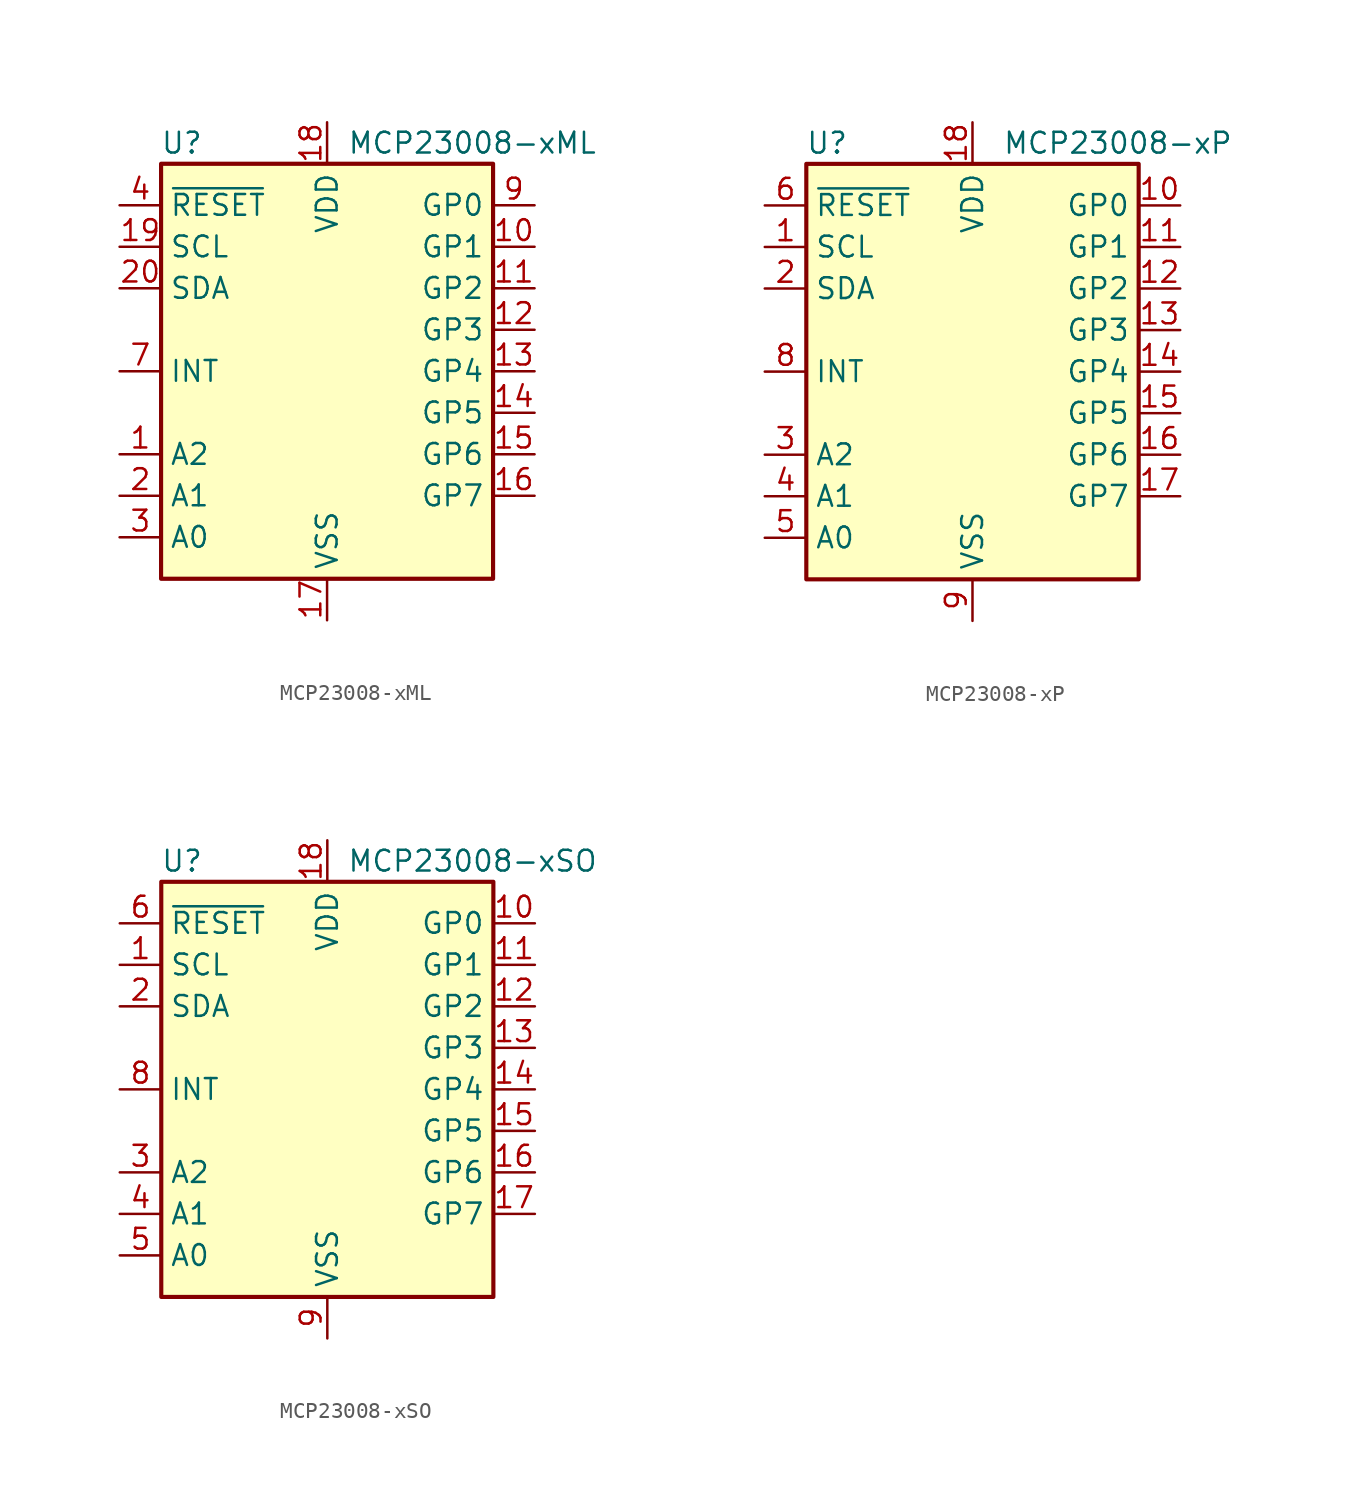
<source format=kicad_sym>
(kicad_symbol_lib
  (version 20220914)
  (generator kicad_symbol_editor)
  (symbol "MCP23008-xML"
    (property "Reference" "U"
      (at -8.89 13.97 0)
      (effects (font (size 1.27 1.27))))
    (property "Value" "MCP23008-xML"
      (at 8.89 13.97 0)
      (effects (font (size 1.27 1.27))))
    (symbol "MCP23008-xML_0_1"
      (rectangle (start -10.16 12.7) (end 10.16 -12.7) (stroke (width 0.254) (type default)) (fill (type background))))
    (symbol "MCP23008-xML_1_1"
      (pin input line (at -12.7 -5.08 0) (length 2.54) (name "A2" (effects (font (size 1.27 1.27)))) (number "1" (effects (font (size 1.27 1.27)))))
      (pin bidirectional line (at 12.7 7.62 180) (length 2.54) (name "GP1" (effects (font (size 1.27 1.27)))) (number "10" (effects (font (size 1.27 1.27)))))
      (pin bidirectional line (at 12.7 5.08 180) (length 2.54) (name "GP2" (effects (font (size 1.27 1.27)))) (number "11" (effects (font (size 1.27 1.27)))))
      (pin bidirectional line (at 12.7 2.54 180) (length 2.54) (name "GP3" (effects (font (size 1.27 1.27)))) (number "12" (effects (font (size 1.27 1.27)))))
      (pin bidirectional line (at 12.7 0 180) (length 2.54) (name "GP4" (effects (font (size 1.27 1.27)))) (number "13" (effects (font (size 1.27 1.27)))))
      (pin bidirectional line (at 12.7 -2.54 180) (length 2.54) (name "GP5" (effects (font (size 1.27 1.27)))) (number "14" (effects (font (size 1.27 1.27)))))
      (pin bidirectional line (at 12.7 -5.08 180) (length 2.54) (name "GP6" (effects (font (size 1.27 1.27)))) (number "15" (effects (font (size 1.27 1.27)))))
      (pin bidirectional line (at 12.7 -7.62 180) (length 2.54) (name "GP7" (effects (font (size 1.27 1.27)))) (number "16" (effects (font (size 1.27 1.27)))))
      (pin power_in line (at 0 -15.24 90) (length 2.54) (name "VSS" (effects (font (size 1.27 1.27)))) (number "17" (effects (font (size 1.27 1.27)))))
      (pin power_in line (at 0 15.24 270) (length 2.54) (name "VDD" (effects (font (size 1.27 1.27)))) (number "18" (effects (font (size 1.27 1.27)))))
      (pin input line (at -12.7 7.62 0) (length 2.54) (name "SCL" (effects (font (size 1.27 1.27)))) (number "19" (effects (font (size 1.27 1.27)))))
      (pin input line (at -12.7 -7.62 0) (length 2.54) (name "A1" (effects (font (size 1.27 1.27)))) (number "2" (effects (font (size 1.27 1.27)))))
      (pin bidirectional line (at -12.7 5.08 0) (length 2.54) (name "SDA" (effects (font (size 1.27 1.27)))) (number "20" (effects (font (size 1.27 1.27)))))
      (pin input line (at -12.7 -10.16 0) (length 2.54) (name "A0" (effects (font (size 1.27 1.27)))) (number "3" (effects (font (size 1.27 1.27)))))
      (pin input line (at -12.7 10.16 0) (length 2.54) (name "~{RESET}" (effects (font (size 1.27 1.27)))) (number "4" (effects (font (size 1.27 1.27)))))
      (pin no_connect line (at -10.16 2.54 0) (length 2.54) hide (name "NC" (effects (font (size 1.27 1.27)))) (number "5" (effects (font (size 1.27 1.27)))))
      (pin no_connect line (at -10.16 -2.54 0) (length 2.54) hide (name "NC" (effects (font (size 1.27 1.27)))) (number "6" (effects (font (size 1.27 1.27)))))
      (pin output line (at -12.7 0 0) (length 2.54) (name "INT" (effects (font (size 1.27 1.27)))) (number "7" (effects (font (size 1.27 1.27)))))
      (pin no_connect line (at 10.16 -10.16 180) (length 2.54) hide (name "NC" (effects (font (size 1.27 1.27)))) (number "8" (effects (font (size 1.27 1.27)))))
      (pin bidirectional line (at 12.7 10.16 180) (length 2.54) (name "GP0" (effects (font (size 1.27 1.27)))) (number "9" (effects (font (size 1.27 1.27)))))))
  (symbol "MCP23008-xP"
    (property "Reference" "U"
      (at -8.89 13.97 0)
      (effects (font (size 1.27 1.27))))
    (property "Value" "MCP23008-xP"
      (at 8.89 13.97 0)
      (effects (font (size 1.27 1.27))))
    (symbol "MCP23008-xP_0_1"
      (rectangle (start -10.16 12.7) (end 10.16 -12.7) (stroke (width 0.254) (type default)) (fill (type background))))
    (symbol "MCP23008-xP_1_1"
      (pin input line (at -12.7 7.62 0) (length 2.54) (name "SCL" (effects (font (size 1.27 1.27)))) (number "1" (effects (font (size 1.27 1.27)))))
      (pin bidirectional line (at 12.7 10.16 180) (length 2.54) (name "GP0" (effects (font (size 1.27 1.27)))) (number "10" (effects (font (size 1.27 1.27)))))
      (pin bidirectional line (at 12.7 7.62 180) (length 2.54) (name "GP1" (effects (font (size 1.27 1.27)))) (number "11" (effects (font (size 1.27 1.27)))))
      (pin bidirectional line (at 12.7 5.08 180) (length 2.54) (name "GP2" (effects (font (size 1.27 1.27)))) (number "12" (effects (font (size 1.27 1.27)))))
      (pin bidirectional line (at 12.7 2.54 180) (length 2.54) (name "GP3" (effects (font (size 1.27 1.27)))) (number "13" (effects (font (size 1.27 1.27)))))
      (pin bidirectional line (at 12.7 0 180) (length 2.54) (name "GP4" (effects (font (size 1.27 1.27)))) (number "14" (effects (font (size 1.27 1.27)))))
      (pin bidirectional line (at 12.7 -2.54 180) (length 2.54) (name "GP5" (effects (font (size 1.27 1.27)))) (number "15" (effects (font (size 1.27 1.27)))))
      (pin bidirectional line (at 12.7 -5.08 180) (length 2.54) (name "GP6" (effects (font (size 1.27 1.27)))) (number "16" (effects (font (size 1.27 1.27)))))
      (pin bidirectional line (at 12.7 -7.62 180) (length 2.54) (name "GP7" (effects (font (size 1.27 1.27)))) (number "17" (effects (font (size 1.27 1.27)))))
      (pin power_in line (at 0 15.24 270) (length 2.54) (name "VDD" (effects (font (size 1.27 1.27)))) (number "18" (effects (font (size 1.27 1.27)))))
      (pin bidirectional line (at -12.7 5.08 0) (length 2.54) (name "SDA" (effects (font (size 1.27 1.27)))) (number "2" (effects (font (size 1.27 1.27)))))
      (pin input line (at -12.7 -5.08 0) (length 2.54) (name "A2" (effects (font (size 1.27 1.27)))) (number "3" (effects (font (size 1.27 1.27)))))
      (pin input line (at -12.7 -7.62 0) (length 2.54) (name "A1" (effects (font (size 1.27 1.27)))) (number "4" (effects (font (size 1.27 1.27)))))
      (pin input line (at -12.7 -10.16 0) (length 2.54) (name "A0" (effects (font (size 1.27 1.27)))) (number "5" (effects (font (size 1.27 1.27)))))
      (pin input line (at -12.7 10.16 0) (length 2.54) (name "~{RESET}" (effects (font (size 1.27 1.27)))) (number "6" (effects (font (size 1.27 1.27)))))
      (pin no_connect line (at -10.16 -2.54 0) (length 2.54) hide (name "NC" (effects (font (size 1.27 1.27)))) (number "7" (effects (font (size 1.27 1.27)))))
      (pin output line (at -12.7 0 0) (length 2.54) (name "INT" (effects (font (size 1.27 1.27)))) (number "8" (effects (font (size 1.27 1.27)))))
      (pin power_in line (at 0 -15.24 90) (length 2.54) (name "VSS" (effects (font (size 1.27 1.27)))) (number "9" (effects (font (size 1.27 1.27)))))))
  (symbol "MCP23008-xSO"
    (property "Reference" "U"
      (at -8.89 13.97 0)
      (effects (font (size 1.27 1.27))))
    (property "Value" "MCP23008-xSO"
      (at 8.89 13.97 0)
      (effects (font (size 1.27 1.27))))
    (symbol "MCP23008-xSO_0_1"
      (rectangle (start -10.16 12.7) (end 10.16 -12.7) (stroke (width 0.254) (type default)) (fill (type background))))
    (symbol "MCP23008-xSO_1_1"
      (pin input line (at -12.7 7.62 0) (length 2.54) (name "SCL" (effects (font (size 1.27 1.27)))) (number "1" (effects (font (size 1.27 1.27)))))
      (pin bidirectional line (at 12.7 10.16 180) (length 2.54) (name "GP0" (effects (font (size 1.27 1.27)))) (number "10" (effects (font (size 1.27 1.27)))))
      (pin bidirectional line (at 12.7 7.62 180) (length 2.54) (name "GP1" (effects (font (size 1.27 1.27)))) (number "11" (effects (font (size 1.27 1.27)))))
      (pin bidirectional line (at 12.7 5.08 180) (length 2.54) (name "GP2" (effects (font (size 1.27 1.27)))) (number "12" (effects (font (size 1.27 1.27)))))
      (pin bidirectional line (at 12.7 2.54 180) (length 2.54) (name "GP3" (effects (font (size 1.27 1.27)))) (number "13" (effects (font (size 1.27 1.27)))))
      (pin bidirectional line (at 12.7 0 180) (length 2.54) (name "GP4" (effects (font (size 1.27 1.27)))) (number "14" (effects (font (size 1.27 1.27)))))
      (pin bidirectional line (at 12.7 -2.54 180) (length 2.54) (name "GP5" (effects (font (size 1.27 1.27)))) (number "15" (effects (font (size 1.27 1.27)))))
      (pin bidirectional line (at 12.7 -5.08 180) (length 2.54) (name "GP6" (effects (font (size 1.27 1.27)))) (number "16" (effects (font (size 1.27 1.27)))))
      (pin bidirectional line (at 12.7 -7.62 180) (length 2.54) (name "GP7" (effects (font (size 1.27 1.27)))) (number "17" (effects (font (size 1.27 1.27)))))
      (pin power_in line (at 0 15.24 270) (length 2.54) (name "VDD" (effects (font (size 1.27 1.27)))) (number "18" (effects (font (size 1.27 1.27)))))
      (pin bidirectional line (at -12.7 5.08 0) (length 2.54) (name "SDA" (effects (font (size 1.27 1.27)))) (number "2" (effects (font (size 1.27 1.27)))))
      (pin input line (at -12.7 -5.08 0) (length 2.54) (name "A2" (effects (font (size 1.27 1.27)))) (number "3" (effects (font (size 1.27 1.27)))))
      (pin input line (at -12.7 -7.62 0) (length 2.54) (name "A1" (effects (font (size 1.27 1.27)))) (number "4" (effects (font (size 1.27 1.27)))))
      (pin input line (at -12.7 -10.16 0) (length 2.54) (name "A0" (effects (font (size 1.27 1.27)))) (number "5" (effects (font (size 1.27 1.27)))))
      (pin input line (at -12.7 10.16 0) (length 2.54) (name "~{RESET}" (effects (font (size 1.27 1.27)))) (number "6" (effects (font (size 1.27 1.27)))))
      (pin no_connect line (at -10.16 -2.54 0) (length 2.54) hide (name "NC" (effects (font (size 1.27 1.27)))) (number "7" (effects (font (size 1.27 1.27)))))
      (pin output line (at -12.7 0 0) (length 2.54) (name "INT" (effects (font (size 1.27 1.27)))) (number "8" (effects (font (size 1.27 1.27)))))
      (pin power_in line (at 0 -15.24 90) (length 2.54) (name "VSS" (effects (font (size 1.27 1.27)))) (number "9" (effects (font (size 1.27 1.27))))))))
</source>
